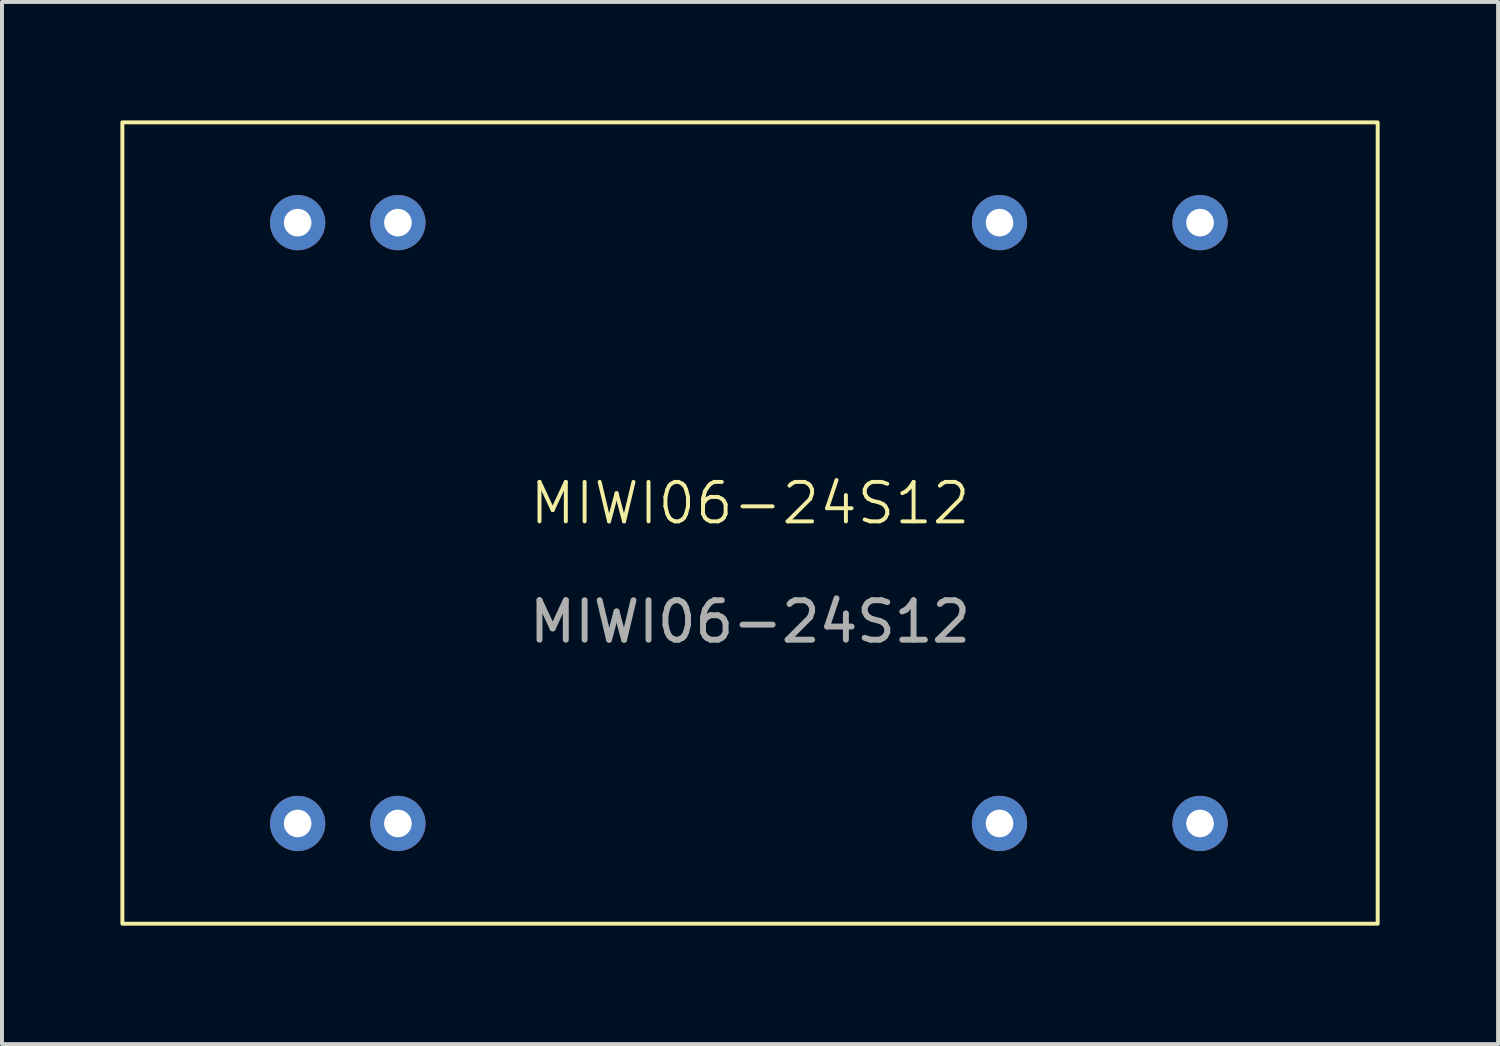
<source format=kicad_pcb>
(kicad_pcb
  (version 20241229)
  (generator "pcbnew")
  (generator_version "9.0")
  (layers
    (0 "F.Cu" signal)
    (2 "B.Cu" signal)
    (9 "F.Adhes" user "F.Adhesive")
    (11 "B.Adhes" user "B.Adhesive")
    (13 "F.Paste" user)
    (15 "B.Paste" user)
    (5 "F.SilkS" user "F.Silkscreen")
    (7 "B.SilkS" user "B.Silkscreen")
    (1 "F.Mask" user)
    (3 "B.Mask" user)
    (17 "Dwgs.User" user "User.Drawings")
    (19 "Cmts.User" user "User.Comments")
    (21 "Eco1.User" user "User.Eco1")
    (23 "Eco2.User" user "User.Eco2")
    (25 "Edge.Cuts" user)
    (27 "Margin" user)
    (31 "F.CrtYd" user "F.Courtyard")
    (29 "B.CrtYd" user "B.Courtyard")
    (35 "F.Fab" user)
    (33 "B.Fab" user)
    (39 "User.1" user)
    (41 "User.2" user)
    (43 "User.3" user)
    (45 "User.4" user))
  (footprint "MIWI06-24S12"
    (layer "F.Cu")
    (at 15.95 10.2)
    (property "Reference" "MIWI06-24S12" (at 0 -0.5 0) (unlocked yes) (layer "F.SilkS") (effects (font (size 1 1) (thickness 0.1))))
    (attr through_hole)
    (fp_rect (start -15.9 -10.15) (end 15.9 10.15) (stroke (width 0.1) (type default)) (fill no) (layer "F.SilkS"))
    (fp_text user "${REFERENCE}" (at 0 2.5 0) (unlocked yes) (layer "F.Fab") (effects (font (size 1 1) (thickness 0.15))))
    (pad "" thru_hole circle (at 6.32 -7.61) (size 1.4 1.4) (drill 0.7) (layers "*.Cu" "*.Mask"))
    (pad "2" thru_hole circle (at -11.46 -7.61) (size 1.4 1.4) (drill 0.7) (layers "*.Cu" "*.Mask"))
    (pad "3" thru_hole circle (at -8.92 -7.61) (size 1.4 1.4) (drill 0.7) (layers "*.Cu" "*.Mask"))
    (pad "11" thru_hole circle (at 11.4 -7.61) (size 1.4 1.4) (drill 0.7) (layers "*.Cu" "*.Mask"))
    (pad "14" thru_hole circle (at 11.4 7.61) (size 1.4 1.4) (drill 0.7) (layers "*.Cu" "*.Mask"))
    (pad "16" thru_hole circle (at 6.32 7.61) (size 1.4 1.4) (drill 0.7) (layers "*.Cu" "*.Mask"))
    (pad "22" thru_hole circle (at -8.92 7.61) (size 1.4 1.4) (drill 0.7) (layers "*.Cu" "*.Mask"))
    (pad "23" thru_hole circle (at -11.46 7.61) (size 1.4 1.4) (drill 0.7) (layers "*.Cu" "*.Mask")))
  (gr_rect
    (start -3 -3)
    (end 34.9 23.4)
    (stroke (width 0.1) (type default))
    (fill no)
    (layer "Edge.Cuts")))
</source>
